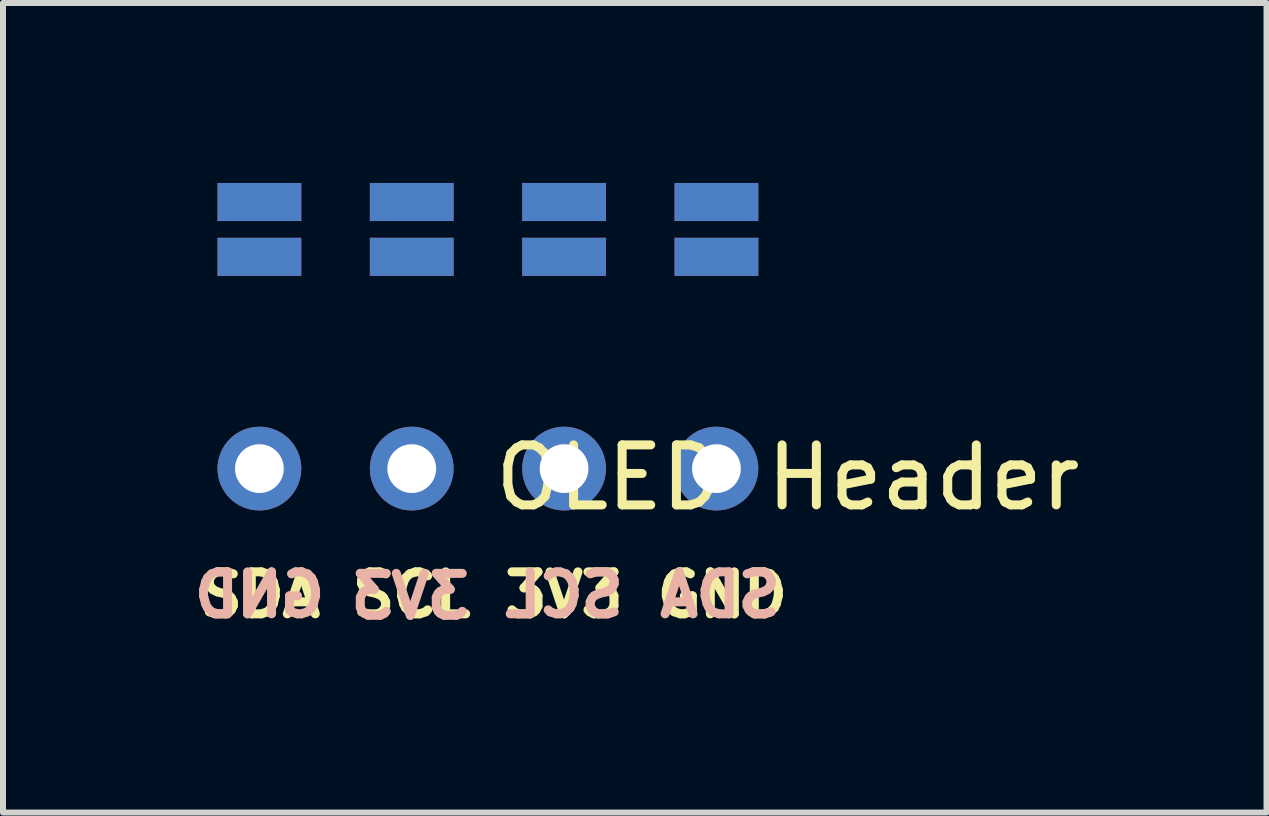
<source format=kicad_pcb>
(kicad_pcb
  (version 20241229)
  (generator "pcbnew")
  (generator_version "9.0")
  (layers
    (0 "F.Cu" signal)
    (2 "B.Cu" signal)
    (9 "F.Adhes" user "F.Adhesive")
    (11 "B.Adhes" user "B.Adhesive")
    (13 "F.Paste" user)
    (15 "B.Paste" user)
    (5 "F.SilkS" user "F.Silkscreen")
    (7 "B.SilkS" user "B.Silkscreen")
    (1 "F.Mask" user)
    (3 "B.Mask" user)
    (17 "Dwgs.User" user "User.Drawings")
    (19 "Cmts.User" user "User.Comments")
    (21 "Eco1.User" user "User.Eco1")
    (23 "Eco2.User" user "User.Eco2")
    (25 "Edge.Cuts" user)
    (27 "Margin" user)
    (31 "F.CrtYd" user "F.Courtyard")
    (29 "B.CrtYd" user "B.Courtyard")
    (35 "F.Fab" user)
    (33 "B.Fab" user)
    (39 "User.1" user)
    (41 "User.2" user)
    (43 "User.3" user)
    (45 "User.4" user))
  (footprint "OLED Header"
    (layer "F.Cu")
    (at 5.085 4.763)
    (property "Reference" "OLED Header" (at 5 0.15 0) (unlocked yes) (layer "F.SilkS") (effects (font (size 1 1) (thickness 0.15))))
    (attr through_hole exclude_from_pos_files)
    (fp_line (start -4.851 -0.965) (end -4.851 1.041) (stroke (width 0.05) (type solid)) (layer "User.9"))
    (fp_line (start -4.851 1.041) (end 4.851 1.041) (stroke (width 0.05) (type solid)) (layer "User.9"))
    (fp_line (start 4.851 -0.965) (end -4.851 -0.965) (stroke (width 0.05) (type default)) (layer "User.9"))
    (fp_line (start 4.851 1.041) (end 4.851 -0.965) (stroke (width 0.05) (type default)) (layer "User.9"))
    (fp_line (start -4.851 -0.978) (end -4.851 1.029) (stroke (width 0.05) (type solid)) (layer "User.10"))
    (fp_line (start -4.851 1.029) (end 4.851 1.029) (stroke (width 0.05) (type solid)) (layer "User.10"))
    (fp_line (start 4.851 -0.978) (end -4.851 -0.978) (stroke (width 0.05) (type default)) (layer "User.10"))
    (fp_line (start 4.851 1.029) (end 4.851 -0.978) (stroke (width 0.05) (type default)) (layer "User.10"))
    (fp_text user "3V3" (at 0.203 2.515 0) (unlocked yes) (layer "F.SilkS") (effects (font (size 0.7 0.7) (thickness 0.15) (bold yes)) (justify left bottom)))
    (fp_text user "GND" (at 2.743 2.515 0) (unlocked yes) (layer "F.SilkS") (effects (font (size 0.7 0.7) (thickness 0.15) (bold yes)) (justify left bottom)))
    (fp_text user "SCL" (at -2.337 2.515 0) (unlocked yes) (layer "F.SilkS") (effects (font (size 0.7 0.7) (thickness 0.15) (bold yes)) (justify left bottom)))
    (fp_text user "SDA" (at -4.877 2.515 0) (unlocked yes) (layer "F.SilkS") (effects (font (size 0.7 0.7) (thickness 0.15) (bold yes)) (justify left bottom)))
    (fp_text user "3V3" (at -0.229 2.54 0) (unlocked yes) (layer "B.SilkS") (effects (font (size 0.7 0.7) (thickness 0.15) (bold yes)) (justify left bottom mirror)))
    (fp_text user "SCL" (at 2.337 2.515 0) (unlocked yes) (layer "B.SilkS") (effects (font (size 0.7 0.7) (thickness 0.15) (bold yes)) (justify left bottom mirror)))
    (fp_text user "GND" (at -2.642 2.515 0) (unlocked yes) (layer "B.SilkS") (effects (font (size 0.7 0.7) (thickness 0.15) (bold yes)) (justify left bottom mirror)))
    (fp_text user "SDA" (at 4.953 2.515 0) (unlocked yes) (layer "B.SilkS") (effects (font (size 0.7 0.7) (thickness 0.15) (bold yes)) (justify left bottom mirror)))
    (pad "1" smd rect (at -3.81 -4.445 90) (size 0.635 1.397) (layers "B.Cu" "B.Mask" "B.Paste"))
    (pad "1" smd rect (at 3.81 -4.445 270) (size 0.635 1.397) (layers "F.Cu" "F.Mask" "F.Paste"))
    (pad "2" smd rect (at -1.27 -4.445 90) (size 0.635 1.397) (layers "B.Cu" "B.Mask" "B.Paste"))
    (pad "2" smd rect (at 1.27 -4.445 270) (size 0.635 1.397) (layers "F.Cu" "F.Mask" "F.Paste"))
    (pad "3" smd rect (at -1.27 -4.445 270) (size 0.635 1.397) (layers "F.Cu" "F.Mask" "F.Paste"))
    (pad "3" smd rect (at 1.27 -4.445 90) (size 0.635 1.397) (layers "B.Cu" "B.Mask" "B.Paste"))
    (pad "4" smd rect (at -3.81 -4.445 270) (size 0.635 1.397) (layers "F.Cu" "F.Mask" "F.Paste"))
    (pad "4" smd rect (at 3.81 -4.445 90) (size 0.635 1.397) (layers "B.Cu" "B.Mask" "B.Paste"))
    (pad "5" smd rect (at 3.81 -3.531 270) (size 0.635 1.397) (layers "F.Cu" "F.Mask" "F.Paste"))
    (pad "5" smd rect (at 3.81 -3.531 90) (size 0.635 1.397) (layers "B.Cu" "B.Mask" "B.Paste"))
    (pad "5" thru_hole circle (at 3.81 0) (size 1.397 1.397) (drill 0.813) (layers "*.Cu" "B.Mask"))
    (pad "6" smd rect (at 1.27 -3.531 270) (size 0.635 1.397) (layers "F.Cu" "F.Mask" "F.Paste"))
    (pad "6" smd rect (at 1.27 -3.531 90) (size 0.635 1.397) (layers "B.Cu" "B.Mask" "B.Paste"))
    (pad "6" thru_hole circle (at 1.27 0) (size 1.397 1.397) (drill 0.813) (layers "*.Cu" "B.Mask"))
    (pad "7" smd rect (at -1.27 -3.531 270) (size 0.635 1.397) (layers "F.Cu" "F.Mask" "F.Paste"))
    (pad "7" smd rect (at -1.27 -3.531 90) (size 0.635 1.397) (layers "B.Cu" "B.Mask" "B.Paste"))
    (pad "7" thru_hole circle (at -1.27 0) (size 1.397 1.397) (drill 0.813) (layers "*.Cu" "B.Mask"))
    (pad "8" smd rect (at -3.81 -3.531 270) (size 0.635 1.397) (layers "F.Cu" "F.Mask" "F.Paste"))
    (pad "8" smd rect (at -3.81 -3.531 90) (size 0.635 1.397) (layers "B.Cu" "B.Mask" "B.Paste"))
    (pad "8" thru_hole circle (at -3.81 0) (size 1.397 1.397) (drill 0.813) (layers "*.Cu" "B.Mask")))
  (gr_rect
    (start -3 -3)
    (end 18.067 10.498)
    (stroke (width 0.1) (type default))
    (fill no)
    (layer "Edge.Cuts")))
</source>
